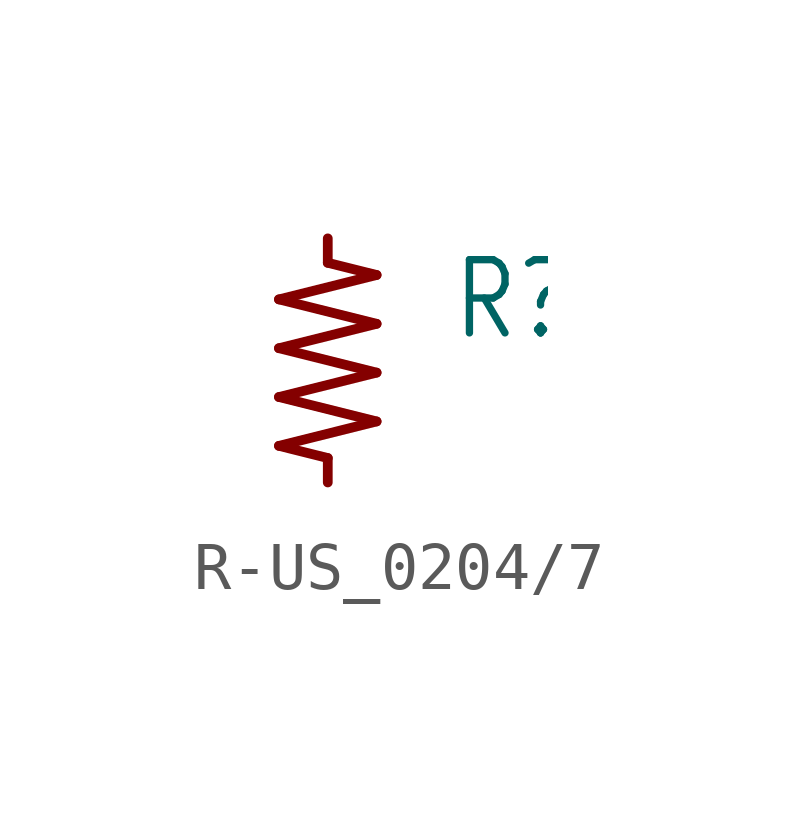
<source format=kicad_sym>
(kicad_symbol_lib
  (version 20220914)
  (generator kicad_symbol_editor)
  (symbol "R-US_0204/7"
    (property "Reference" "R"
      (at 2.54 1.27 0)
      (effects (font (size 1.524 1.295)) (justify left)))
    (property "Value" ""
      (at 2.54 -1.27 0)
      (effects (font (size 1.524 1.295)) (justify left)))
    (property "ki_locked" ""
      (at 0 0 0)
      (effects (font (size 1.27 1.27))))
    (symbol "R-US_0204/7_1_0"
      (polyline (pts (xy -1.016 -1.778) (xy 0 -2.032)) (stroke (width 0.203) (type solid)) (fill (type none)))
      (polyline (pts (xy -1.016 -0.762) (xy 1.016 -0.254)) (stroke (width 0.203) (type solid)) (fill (type none)))
      (polyline (pts (xy -1.016 0.254) (xy 1.016 0.762)) (stroke (width 0.203) (type solid)) (fill (type none)))
      (polyline (pts (xy -1.016 1.27) (xy 1.016 1.778)) (stroke (width 0.203) (type solid)) (fill (type none)))
      (polyline (pts (xy 0 -2.032) (xy 0 -2.54)) (stroke (width 0.203) (type solid)) (fill (type none)))
      (polyline (pts (xy 0 2.032) (xy 0 2.54)) (stroke (width 0.203) (type solid)) (fill (type none)))
      (polyline (pts (xy 1.016 -1.27) (xy -1.016 -1.778)) (stroke (width 0.203) (type solid)) (fill (type none)))
      (polyline (pts (xy 1.016 -1.27) (xy -1.016 -0.762)) (stroke (width 0.203) (type solid)) (fill (type none)))
      (polyline (pts (xy 1.016 -0.254) (xy -1.016 0.254)) (stroke (width 0.203) (type solid)) (fill (type none)))
      (polyline (pts (xy 1.016 0.762) (xy -1.016 1.27)) (stroke (width 0.203) (type solid)) (fill (type none)))
      (polyline (pts (xy 1.016 1.778) (xy 0 2.032)) (stroke (width 0.203) (type solid)) (fill (type none)))
      (pin passive line (at 0 -2.54 90) (length 0) (name "1" (effects (font (size 0 0)))) (number "1" (effects (font (size 0 0)))))
      (pin passive line (at 0 2.54 270) (length 0) (name "2" (effects (font (size 0 0)))) (number "2" (effects (font (size 0 0))))))))
</source>
